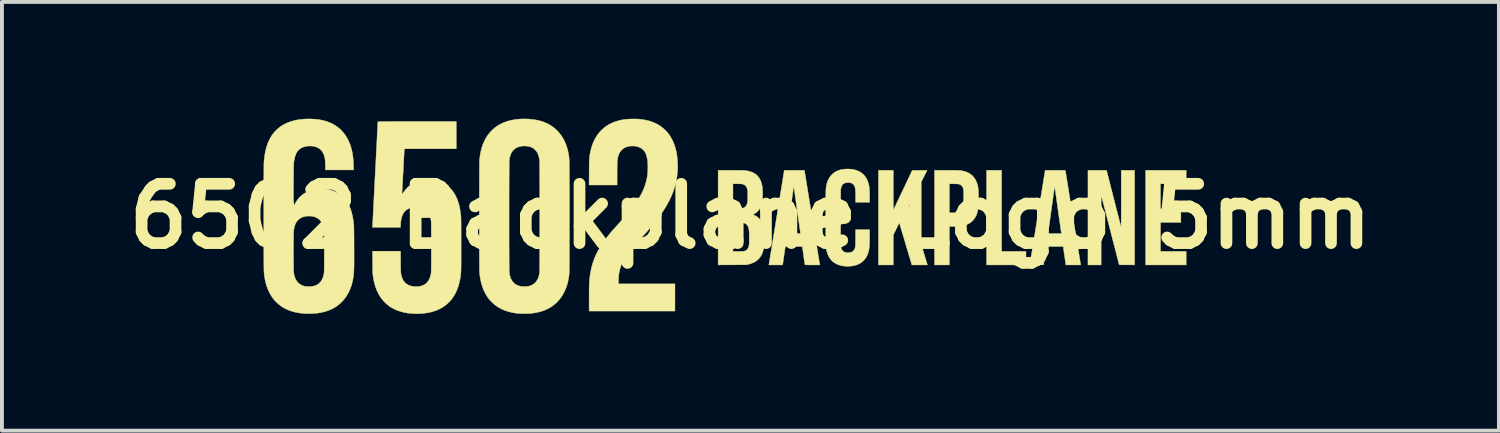
<source format=kicad_pcb>
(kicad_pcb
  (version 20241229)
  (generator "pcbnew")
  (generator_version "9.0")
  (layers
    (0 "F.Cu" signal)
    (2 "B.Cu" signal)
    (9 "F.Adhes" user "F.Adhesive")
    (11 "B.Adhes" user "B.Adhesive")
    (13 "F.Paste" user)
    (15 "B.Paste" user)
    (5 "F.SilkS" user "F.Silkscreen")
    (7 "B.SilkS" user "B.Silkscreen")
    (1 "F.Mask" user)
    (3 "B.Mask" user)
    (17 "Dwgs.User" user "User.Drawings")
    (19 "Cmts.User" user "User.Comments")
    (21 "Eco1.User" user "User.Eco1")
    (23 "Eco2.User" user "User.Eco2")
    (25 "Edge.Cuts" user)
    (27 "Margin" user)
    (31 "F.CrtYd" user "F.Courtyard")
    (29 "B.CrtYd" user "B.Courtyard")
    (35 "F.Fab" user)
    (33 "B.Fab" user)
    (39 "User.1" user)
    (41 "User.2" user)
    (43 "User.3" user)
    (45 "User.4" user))
  (footprint "6502 Backplane Logo 5mm"
    (layer "F.Cu")
    (at 16.227 2.506)
    (property "Reference" "6502 Backplane Logo 5mm" (at 0 0 0) (layer "F.SilkS") (effects (font (size 1.524 1.524) (thickness 0.3))))
    (attr through_hole)
    (fp_poly (pts (xy 6.452 0.902) (xy 7.078 0.902) (xy 7.078 1.249) (xy 6.066 1.249) (xy 6.066 -1.181) (xy 6.452 -1.181) (xy 6.452 0.902)) (stroke (width 0.01) (type solid)) (fill yes) (layer "F.SilkS"))
    (fp_poly (pts (xy 11.193 -0.834) (xy 10.533 -0.834) (xy 10.533 -0.191) (xy 11.057 -0.191) (xy 11.057 0.157) (xy 10.533 0.157) (xy 10.533 0.902) (xy 11.193 0.902) (xy 11.193 1.249) (xy 10.152 1.249) (xy 10.152 -1.181) (xy 11.193 -1.181) (xy 11.193 -0.834)) (stroke (width 0.01) (type solid)) (fill yes) (layer "F.SilkS"))
    (fp_poly (pts (xy 3.67 -0.67) (xy 3.67 -0.59) (xy 3.671 -0.518) (xy 3.671 -0.454) (xy 3.671 -0.397) (xy 3.671 -0.348) (xy 3.671 -0.305) (xy 3.672 -0.269) (xy 3.672 -0.239) (xy 3.672 -0.214) (xy 3.673 -0.195) (xy 3.673 -0.182) (xy 3.674 -0.172) (xy 3.675 -0.168) (xy 3.676 -0.167) (xy 3.676 -0.167) (xy 3.678 -0.172) (xy 3.684 -0.184) (xy 3.693 -0.203) (xy 3.705 -0.228) (xy 3.719 -0.259) (xy 3.737 -0.295) (xy 3.756 -0.336) (xy 3.778 -0.381) (xy 3.801 -0.431) (xy 3.827 -0.484) (xy 3.853 -0.54) (xy 3.881 -0.599) (xy 3.91 -0.66) (xy 3.918 -0.677) (xy 4.156 -1.179) (xy 4.348 -1.18) (xy 4.387 -1.18) (xy 4.423 -1.18) (xy 4.456 -1.18) (xy 4.485 -1.18) (xy 4.508 -1.179) (xy 4.525 -1.179) (xy 4.535 -1.178) (xy 4.537 -1.178) (xy 4.535 -1.173) (xy 4.53 -1.162) (xy 4.521 -1.144) (xy 4.508 -1.12) (xy 4.493 -1.091) (xy 4.476 -1.056) (xy 4.456 -1.016) (xy 4.433 -0.973) (xy 4.409 -0.925) (xy 4.383 -0.874) (xy 4.356 -0.821) (xy 4.327 -0.764) (xy 4.31 -0.731) (xy 4.085 -0.288) (xy 4.312 0.469) (xy 4.335 0.547) (xy 4.358 0.622) (xy 4.38 0.696) (xy 4.401 0.766) (xy 4.421 0.833) (xy 4.44 0.897) (xy 4.458 0.956) (xy 4.474 1.011) (xy 4.489 1.061) (xy 4.502 1.105) (xy 4.514 1.144) (xy 4.524 1.176) (xy 4.532 1.202) (xy 4.538 1.222) (xy 4.541 1.233) (xy 4.542 1.237) (xy 4.546 1.249) (xy 4.147 1.249) (xy 3.994 0.738) (xy 3.975 0.673) (xy 3.957 0.611) (xy 3.939 0.551) (xy 3.922 0.494) (xy 3.906 0.44) (xy 3.891 0.39) (xy 3.877 0.345) (xy 3.865 0.305) (xy 3.855 0.27) (xy 3.846 0.241) (xy 3.84 0.219) (xy 3.835 0.204) (xy 3.833 0.197) (xy 3.824 0.167) (xy 3.67 0.48) (xy 3.67 1.249) (xy 3.289 1.249) (xy 3.289 -1.181) (xy 3.67 -1.181) (xy 3.67 -0.67)) (stroke (width 0.01) (type solid)) (fill yes) (layer "F.SilkS"))
    (fp_poly (pts (xy 9.152 -1.165) (xy 9.154 -1.159) (xy 9.157 -1.146) (xy 9.162 -1.125) (xy 9.169 -1.097) (xy 9.178 -1.063) (xy 9.188 -1.023) (xy 9.2 -0.977) (xy 9.213 -0.926) (xy 9.227 -0.87) (xy 9.243 -0.81) (xy 9.259 -0.745) (xy 9.276 -0.678) (xy 9.294 -0.607) (xy 9.313 -0.534) (xy 9.332 -0.458) (xy 9.337 -0.44) (xy 9.356 -0.365) (xy 9.375 -0.291) (xy 9.393 -0.22) (xy 9.41 -0.152) (xy 9.427 -0.088) (xy 9.442 -0.028) (xy 9.457 0.029) (xy 9.47 0.08) (xy 9.482 0.126) (xy 9.493 0.167) (xy 9.502 0.202) (xy 9.509 0.23) (xy 9.515 0.252) (xy 9.519 0.266) (xy 9.521 0.272) (xy 9.521 0.273) (xy 9.522 0.269) (xy 9.522 0.257) (xy 9.522 0.238) (xy 9.523 0.211) (xy 9.523 0.176) (xy 9.524 0.135) (xy 9.524 0.088) (xy 9.524 0.034) (xy 9.524 -0.025) (xy 9.525 -0.09) (xy 9.525 -0.16) (xy 9.525 -0.235) (xy 9.525 -0.314) (xy 9.525 -0.397) (xy 9.525 -0.452) (xy 9.525 -1.181) (xy 9.868 -1.181) (xy 9.868 1.249) (xy 9.67 1.248) (xy 9.473 1.247) (xy 9.282 0.506) (xy 9.261 0.426) (xy 9.241 0.347) (xy 9.221 0.269) (xy 9.201 0.193) (xy 9.182 0.12) (xy 9.164 0.049) (xy 9.146 -0.019) (xy 9.13 -0.082) (xy 9.115 -0.142) (xy 9.101 -0.196) (xy 9.088 -0.245) (xy 9.077 -0.288) (xy 9.067 -0.324) (xy 9.06 -0.353) (xy 9.054 -0.375) (xy 9.053 -0.38) (xy 9.044 -0.414) (xy 9.036 -0.444) (xy 9.029 -0.472) (xy 9.022 -0.494) (xy 9.017 -0.511) (xy 9.014 -0.522) (xy 9.012 -0.525) (xy 9.012 -0.521) (xy 9.011 -0.509) (xy 9.011 -0.489) (xy 9.011 -0.461) (xy 9.01 -0.427) (xy 9.01 -0.387) (xy 9.01 -0.34) (xy 9.01 -0.287) (xy 9.009 -0.23) (xy 9.009 -0.167) (xy 9.009 -0.1) (xy 9.009 -0.028) (xy 9.009 0.047) (xy 9.009 0.126) (xy 9.009 0.207) (xy 9.009 0.291) (xy 9.009 0.362) (xy 9.009 1.249) (xy 8.67 1.249) (xy 8.67 -1.181) (xy 9.148 -1.181) (xy 9.152 -1.165)) (stroke (width 0.01) (type solid)) (fill yes) (layer "F.SilkS"))
    (fp_poly (pts (xy 5.101 -1.181) (xy 5.158 -1.181) (xy 5.208 -1.181) (xy 5.251 -1.18) (xy 5.289 -1.18) (xy 5.321 -1.179) (xy 5.349 -1.178) (xy 5.374 -1.176) (xy 5.395 -1.175) (xy 5.414 -1.173) (xy 5.431 -1.17) (xy 5.447 -1.167) (xy 5.463 -1.164) (xy 5.479 -1.16) (xy 5.489 -1.158) (xy 5.551 -1.137) (xy 5.608 -1.111) (xy 5.659 -1.078) (xy 5.705 -1.039) (xy 5.745 -0.993) (xy 5.779 -0.942) (xy 5.807 -0.884) (xy 5.82 -0.848) (xy 5.829 -0.822) (xy 5.836 -0.795) (xy 5.842 -0.769) (xy 5.847 -0.74) (xy 5.851 -0.71) (xy 5.854 -0.676) (xy 5.856 -0.638) (xy 5.858 -0.595) (xy 5.858 -0.546) (xy 5.859 -0.489) (xy 5.859 -0.459) (xy 5.859 -0.409) (xy 5.859 -0.365) (xy 5.858 -0.329) (xy 5.857 -0.298) (xy 5.856 -0.272) (xy 5.855 -0.25) (xy 5.853 -0.231) (xy 5.852 -0.225) (xy 5.84 -0.151) (xy 5.823 -0.083) (xy 5.799 -0.02) (xy 5.77 0.035) (xy 5.735 0.085) (xy 5.694 0.129) (xy 5.647 0.166) (xy 5.595 0.197) (xy 5.537 0.222) (xy 5.473 0.24) (xy 5.45 0.245) (xy 5.417 0.251) (xy 5.377 0.255) (xy 5.331 0.258) (xy 5.281 0.261) (xy 5.226 0.262) (xy 5.189 0.262) (xy 5.11 0.262) (xy 5.11 1.249) (xy 4.729 1.249) (xy 4.729 -0.089) (xy 5.11 -0.089) (xy 5.221 -0.089) (xy 5.261 -0.089) (xy 5.293 -0.09) (xy 5.318 -0.091) (xy 5.337 -0.092) (xy 5.35 -0.094) (xy 5.353 -0.095) (xy 5.38 -0.104) (xy 5.403 -0.116) (xy 5.422 -0.133) (xy 5.437 -0.148) (xy 5.448 -0.165) (xy 5.457 -0.186) (xy 5.465 -0.213) (xy 5.466 -0.215) (xy 5.468 -0.224) (xy 5.47 -0.232) (xy 5.472 -0.242) (xy 5.473 -0.254) (xy 5.474 -0.268) (xy 5.475 -0.287) (xy 5.475 -0.31) (xy 5.476 -0.338) (xy 5.476 -0.373) (xy 5.477 -0.416) (xy 5.477 -0.425) (xy 5.477 -0.481) (xy 5.477 -0.53) (xy 5.477 -0.572) (xy 5.476 -0.607) (xy 5.475 -0.638) (xy 5.473 -0.663) (xy 5.47 -0.685) (xy 5.467 -0.703) (xy 5.463 -0.719) (xy 5.461 -0.725) (xy 5.446 -0.759) (xy 5.424 -0.786) (xy 5.397 -0.808) (xy 5.365 -0.823) (xy 5.362 -0.824) (xy 5.353 -0.826) (xy 5.342 -0.828) (xy 5.327 -0.83) (xy 5.308 -0.831) (xy 5.282 -0.832) (xy 5.25 -0.832) (xy 5.225 -0.833) (xy 5.11 -0.835) (xy 5.11 -0.089) (xy 4.729 -0.089) (xy 4.729 -1.181) (xy 5.037 -1.181) (xy 5.101 -1.181)) (stroke (width 0.01) (type solid)) (fill yes) (layer "F.SilkS"))
    (fp_poly (pts (xy 1.583 0.024) (xy 1.599 0.124) (xy 1.615 0.222) (xy 1.63 0.317) (xy 1.645 0.41) (xy 1.66 0.499) (xy 1.674 0.585) (xy 1.687 0.667) (xy 1.7 0.746) (xy 1.712 0.819) (xy 1.723 0.888) (xy 1.734 0.952) (xy 1.743 1.01) (xy 1.752 1.062) (xy 1.759 1.109) (xy 1.766 1.148) (xy 1.771 1.181) (xy 1.776 1.207) (xy 1.779 1.226) (xy 1.78 1.237) (xy 1.781 1.239) (xy 1.783 1.249) (xy 1.592 1.249) (xy 1.547 1.249) (xy 1.51 1.249) (xy 1.479 1.249) (xy 1.455 1.248) (xy 1.436 1.248) (xy 1.422 1.247) (xy 1.413 1.247) (xy 1.406 1.246) (xy 1.402 1.244) (xy 1.4 1.243) (xy 1.4 1.241) (xy 1.399 1.236) (xy 1.397 1.223) (xy 1.394 1.203) (xy 1.39 1.177) (xy 1.385 1.146) (xy 1.38 1.11) (xy 1.374 1.071) (xy 1.368 1.029) (xy 1.365 1.004) (xy 1.332 0.775) (xy 0.898 0.775) (xy 0.896 0.784) (xy 0.895 0.79) (xy 0.893 0.804) (xy 0.89 0.824) (xy 0.886 0.85) (xy 0.881 0.881) (xy 0.876 0.917) (xy 0.87 0.956) (xy 0.864 0.999) (xy 0.861 1.021) (xy 0.828 1.249) (xy 0.473 1.249) (xy 0.476 1.235) (xy 0.477 1.229) (xy 0.479 1.215) (xy 0.483 1.193) (xy 0.487 1.165) (xy 0.493 1.129) (xy 0.5 1.088) (xy 0.508 1.041) (xy 0.516 0.988) (xy 0.526 0.93) (xy 0.536 0.868) (xy 0.547 0.801) (xy 0.558 0.73) (xy 0.57 0.656) (xy 0.583 0.579) (xy 0.596 0.5) (xy 0.606 0.437) (xy 0.944 0.437) (xy 0.945 0.439) (xy 0.946 0.44) (xy 0.95 0.442) (xy 0.957 0.443) (xy 0.968 0.443) (xy 0.983 0.444) (xy 1.003 0.444) (xy 1.029 0.444) (xy 1.062 0.444) (xy 1.102 0.444) (xy 1.116 0.445) (xy 1.158 0.444) (xy 1.193 0.444) (xy 1.221 0.444) (xy 1.243 0.444) (xy 1.259 0.444) (xy 1.271 0.443) (xy 1.279 0.442) (xy 1.283 0.441) (xy 1.285 0.44) (xy 1.286 0.438) (xy 1.285 0.437) (xy 1.285 0.432) (xy 1.283 0.419) (xy 1.28 0.399) (xy 1.276 0.372) (xy 1.271 0.338) (xy 1.265 0.298) (xy 1.259 0.253) (xy 1.252 0.203) (xy 1.244 0.148) (xy 1.235 0.089) (xy 1.227 0.027) (xy 1.217 -0.039) (xy 1.208 -0.107) (xy 1.2 -0.163) (xy 1.19 -0.233) (xy 1.18 -0.3) (xy 1.171 -0.365) (xy 1.163 -0.426) (xy 1.154 -0.484) (xy 1.147 -0.538) (xy 1.14 -0.586) (xy 1.134 -0.63) (xy 1.128 -0.668) (xy 1.123 -0.7) (xy 1.12 -0.725) (xy 1.117 -0.744) (xy 1.115 -0.755) (xy 1.115 -0.757) (xy 1.111 -0.757) (xy 1.111 -0.757) (xy 1.11 -0.752) (xy 1.108 -0.74) (xy 1.105 -0.721) (xy 1.101 -0.695) (xy 1.097 -0.663) (xy 1.091 -0.625) (xy 1.085 -0.582) (xy 1.079 -0.535) (xy 1.071 -0.485) (xy 1.064 -0.431) (xy 1.056 -0.374) (xy 1.048 -0.316) (xy 1.039 -0.255) (xy 1.031 -0.194) (xy 1.022 -0.133) (xy 1.014 -0.072) (xy 1.005 -0.012) (xy 0.997 0.047) (xy 0.989 0.104) (xy 0.982 0.158) (xy 0.975 0.209) (xy 0.968 0.257) (xy 0.962 0.3) (xy 0.957 0.338) (xy 0.953 0.371) (xy 0.949 0.398) (xy 0.946 0.419) (xy 0.945 0.432) (xy 0.944 0.437) (xy 0.606 0.437) (xy 0.609 0.418) (xy 0.623 0.334) (xy 0.637 0.249) (xy 0.651 0.163) (xy 0.665 0.076) (xy 0.679 -0.011) (xy 0.693 -0.098) (xy 0.707 -0.184) (xy 0.721 -0.269) (xy 0.734 -0.353) (xy 0.748 -0.435) (xy 0.761 -0.515) (xy 0.773 -0.592) (xy 0.785 -0.667) (xy 0.797 -0.737) (xy 0.808 -0.805) (xy 0.818 -0.867) (xy 0.827 -0.926) (xy 0.836 -0.979) (xy 0.844 -1.026) (xy 0.85 -1.068) (xy 0.856 -1.104) (xy 0.861 -1.133) (xy 0.864 -1.155) (xy 0.867 -1.17) (xy 0.868 -1.177) (xy 0.868 -1.177) (xy 0.872 -1.178) (xy 0.884 -1.179) (xy 0.904 -1.179) (xy 0.931 -1.18) (xy 0.966 -1.18) (xy 1.006 -1.181) (xy 1.053 -1.181) (xy 1.106 -1.181) (xy 1.127 -1.181) (xy 1.387 -1.181) (xy 1.583 0.024)) (stroke (width 0.01) (type solid)) (fill yes) (layer "F.SilkS"))
    (fp_poly (pts (xy 2.574 -1.212) (xy 2.645 -1.202) (xy 2.71 -1.186) (xy 2.77 -1.163) (xy 2.825 -1.134) (xy 2.874 -1.099) (xy 2.918 -1.058) (xy 2.955 -1.01) (xy 2.961 -1.002) (xy 2.977 -0.976) (xy 2.99 -0.954) (xy 3 -0.932) (xy 3.01 -0.907) (xy 3.021 -0.878) (xy 3.022 -0.874) (xy 3.031 -0.845) (xy 3.038 -0.817) (xy 3.045 -0.789) (xy 3.05 -0.76) (xy 3.053 -0.728) (xy 3.056 -0.693) (xy 3.058 -0.653) (xy 3.06 -0.608) (xy 3.061 -0.556) (xy 3.061 -0.507) (xy 3.061 -0.36) (xy 2.701 -0.36) (xy 2.701 -0.498) (xy 2.701 -0.55) (xy 2.7 -0.593) (xy 2.699 -0.63) (xy 2.697 -0.661) (xy 2.695 -0.687) (xy 2.693 -0.709) (xy 2.689 -0.728) (xy 2.685 -0.744) (xy 2.683 -0.75) (xy 2.668 -0.786) (xy 2.647 -0.815) (xy 2.621 -0.838) (xy 2.589 -0.855) (xy 2.579 -0.858) (xy 2.557 -0.863) (xy 2.531 -0.865) (xy 2.502 -0.866) (xy 2.474 -0.864) (xy 2.449 -0.861) (xy 2.438 -0.858) (xy 2.405 -0.844) (xy 2.377 -0.824) (xy 2.355 -0.797) (xy 2.338 -0.763) (xy 2.326 -0.723) (xy 2.32 -0.68) (xy 2.319 -0.67) (xy 2.319 -0.652) (xy 2.318 -0.627) (xy 2.318 -0.596) (xy 2.318 -0.558) (xy 2.317 -0.514) (xy 2.317 -0.466) (xy 2.317 -0.412) (xy 2.317 -0.355) (xy 2.316 -0.295) (xy 2.316 -0.232) (xy 2.316 -0.166) (xy 2.316 -0.099) (xy 2.316 -0.031) (xy 2.316 0.038) (xy 2.316 0.107) (xy 2.316 0.175) (xy 2.316 0.242) (xy 2.316 0.308) (xy 2.316 0.371) (xy 2.317 0.431) (xy 2.317 0.488) (xy 2.317 0.541) (xy 2.317 0.589) (xy 2.318 0.632) (xy 2.318 0.67) (xy 2.318 0.701) (xy 2.319 0.726) (xy 2.319 0.743) (xy 2.32 0.752) (xy 2.324 0.783) (xy 2.331 0.813) (xy 2.339 0.839) (xy 2.349 0.859) (xy 2.349 0.859) (xy 2.361 0.876) (xy 2.378 0.894) (xy 2.396 0.908) (xy 2.409 0.916) (xy 2.438 0.928) (xy 2.472 0.935) (xy 2.508 0.936) (xy 2.551 0.933) (xy 2.588 0.924) (xy 2.62 0.909) (xy 2.646 0.887) (xy 2.666 0.859) (xy 2.674 0.845) (xy 2.679 0.833) (xy 2.683 0.823) (xy 2.687 0.812) (xy 2.69 0.801) (xy 2.692 0.787) (xy 2.694 0.772) (xy 2.696 0.753) (xy 2.697 0.73) (xy 2.698 0.702) (xy 2.698 0.668) (xy 2.699 0.628) (xy 2.699 0.58) (xy 2.7 0.556) (xy 2.702 0.343) (xy 3.061 0.343) (xy 3.061 0.532) (xy 3.061 0.595) (xy 3.06 0.649) (xy 3.059 0.697) (xy 3.057 0.739) (xy 3.055 0.776) (xy 3.052 0.809) (xy 3.048 0.838) (xy 3.044 0.865) (xy 3.038 0.89) (xy 3.032 0.915) (xy 3.024 0.938) (xy 3 1.001) (xy 2.97 1.058) (xy 2.934 1.108) (xy 2.892 1.152) (xy 2.845 1.19) (xy 2.792 1.222) (xy 2.734 1.247) (xy 2.67 1.266) (xy 2.601 1.278) (xy 2.559 1.282) (xy 2.535 1.284) (xy 2.516 1.285) (xy 2.501 1.286) (xy 2.487 1.286) (xy 2.471 1.285) (xy 2.452 1.284) (xy 2.428 1.282) (xy 2.357 1.273) (xy 2.291 1.257) (xy 2.23 1.235) (xy 2.175 1.206) (xy 2.125 1.171) (xy 2.081 1.13) (xy 2.043 1.082) (xy 2.01 1.029) (xy 1.983 0.969) (xy 1.962 0.904) (xy 1.947 0.833) (xy 1.939 0.768) (xy 1.938 0.757) (xy 1.938 0.738) (xy 1.937 0.711) (xy 1.937 0.678) (xy 1.937 0.639) (xy 1.936 0.594) (xy 1.936 0.543) (xy 1.935 0.489) (xy 1.935 0.43) (xy 1.935 0.368) (xy 1.935 0.304) (xy 1.935 0.237) (xy 1.935 0.168) (xy 1.935 0.098) (xy 1.935 0.028) (xy 1.935 -0.042) (xy 1.935 -0.111) (xy 1.935 -0.179) (xy 1.935 -0.246) (xy 1.935 -0.31) (xy 1.935 -0.371) (xy 1.936 -0.429) (xy 1.936 -0.483) (xy 1.936 -0.532) (xy 1.937 -0.576) (xy 1.937 -0.614) (xy 1.938 -0.646) (xy 1.938 -0.671) (xy 1.939 -0.689) (xy 1.939 -0.697) (xy 1.949 -0.773) (xy 1.964 -0.843) (xy 1.985 -0.907) (xy 2.013 -0.965) (xy 2.046 -1.018) (xy 2.086 -1.065) (xy 2.111 -1.089) (xy 2.158 -1.126) (xy 2.209 -1.156) (xy 2.265 -1.18) (xy 2.326 -1.197) (xy 2.392 -1.209) (xy 2.464 -1.214) (xy 2.498 -1.215) (xy 2.574 -1.212)) (stroke (width 0.01) (type solid)) (fill yes) (layer "F.SilkS"))
    (fp_poly (pts (xy 7.886 -1.181) (xy 7.935 -1.181) (xy 7.978 -1.181) (xy 8.015 -1.18) (xy 8.045 -1.18) (xy 8.067 -1.179) (xy 8.082 -1.178) (xy 8.089 -1.177) (xy 8.09 -1.177) (xy 8.091 -1.173) (xy 8.093 -1.16) (xy 8.096 -1.14) (xy 8.1 -1.113) (xy 8.106 -1.08) (xy 8.112 -1.039) (xy 8.119 -0.993) (xy 8.128 -0.942) (xy 8.137 -0.885) (xy 8.147 -0.824) (xy 8.158 -0.758) (xy 8.169 -0.688) (xy 8.181 -0.615) (xy 8.193 -0.538) (xy 8.206 -0.459) (xy 8.219 -0.378) (xy 8.233 -0.294) (xy 8.247 -0.21) (xy 8.261 -0.124) (xy 8.275 -0.037) (xy 8.289 0.05) (xy 8.303 0.137) (xy 8.317 0.223) (xy 8.331 0.309) (xy 8.345 0.393) (xy 8.358 0.476) (xy 8.371 0.556) (xy 8.384 0.634) (xy 8.396 0.709) (xy 8.408 0.78) (xy 8.419 0.848) (xy 8.429 0.912) (xy 8.439 0.971) (xy 8.448 1.026) (xy 8.456 1.075) (xy 8.463 1.118) (xy 8.469 1.155) (xy 8.474 1.186) (xy 8.478 1.209) (xy 8.48 1.226) (xy 8.482 1.234) (xy 8.482 1.235) (xy 8.485 1.249) (xy 8.103 1.249) (xy 8.101 1.237) (xy 8.1 1.231) (xy 8.098 1.217) (xy 8.095 1.197) (xy 8.091 1.172) (xy 8.087 1.142) (xy 8.082 1.109) (xy 8.077 1.073) (xy 8.071 1.036) (xy 8.066 0.998) (xy 8.06 0.96) (xy 8.055 0.923) (xy 8.05 0.888) (xy 8.046 0.857) (xy 8.042 0.83) (xy 8.039 0.807) (xy 8.036 0.791) (xy 8.035 0.781) (xy 8.035 0.779) (xy 8.031 0.778) (xy 8.019 0.777) (xy 7.999 0.776) (xy 7.972 0.776) (xy 7.939 0.775) (xy 7.9 0.775) (xy 7.855 0.775) (xy 7.817 0.775) (xy 7.6 0.775) (xy 7.597 0.788) (xy 7.596 0.796) (xy 7.594 0.81) (xy 7.591 0.831) (xy 7.587 0.857) (xy 7.582 0.887) (xy 7.578 0.921) (xy 7.572 0.957) (xy 7.567 0.994) (xy 7.561 1.033) (xy 7.556 1.07) (xy 7.551 1.106) (xy 7.546 1.14) (xy 7.541 1.171) (xy 7.537 1.198) (xy 7.534 1.219) (xy 7.532 1.235) (xy 7.531 1.243) (xy 7.531 1.244) (xy 7.528 1.246) (xy 7.517 1.247) (xy 7.499 1.247) (xy 7.474 1.248) (xy 7.441 1.248) (xy 7.4 1.249) (xy 7.353 1.249) (xy 7.175 1.249) (xy 7.177 1.239) (xy 7.178 1.234) (xy 7.18 1.221) (xy 7.183 1.201) (xy 7.188 1.173) (xy 7.194 1.138) (xy 7.2 1.096) (xy 7.208 1.048) (xy 7.217 0.994) (xy 7.227 0.934) (xy 7.238 0.869) (xy 7.249 0.799) (xy 7.261 0.724) (xy 7.274 0.645) (xy 7.288 0.561) (xy 7.302 0.474) (xy 7.308 0.439) (xy 7.645 0.439) (xy 7.647 0.441) (xy 7.653 0.442) (xy 7.663 0.443) (xy 7.678 0.443) (xy 7.699 0.444) (xy 7.726 0.444) (xy 7.761 0.444) (xy 7.802 0.444) (xy 7.817 0.445) (xy 7.989 0.445) (xy 7.987 0.433) (xy 7.986 0.427) (xy 7.984 0.414) (xy 7.981 0.393) (xy 7.977 0.365) (xy 7.972 0.331) (xy 7.966 0.291) (xy 7.96 0.245) (xy 7.952 0.195) (xy 7.945 0.14) (xy 7.936 0.081) (xy 7.927 0.018) (xy 7.918 -0.048) (xy 7.908 -0.116) (xy 7.901 -0.167) (xy 7.891 -0.237) (xy 7.882 -0.304) (xy 7.873 -0.368) (xy 7.864 -0.43) (xy 7.856 -0.487) (xy 7.848 -0.54) (xy 7.841 -0.589) (xy 7.835 -0.632) (xy 7.829 -0.67) (xy 7.825 -0.702) (xy 7.821 -0.727) (xy 7.819 -0.744) (xy 7.817 -0.755) (xy 7.816 -0.757) (xy 7.813 -0.757) (xy 7.813 -0.757) (xy 7.812 -0.753) (xy 7.81 -0.741) (xy 7.807 -0.721) (xy 7.803 -0.695) (xy 7.799 -0.663) (xy 7.793 -0.626) (xy 7.787 -0.583) (xy 7.781 -0.536) (xy 7.774 -0.485) (xy 7.766 -0.431) (xy 7.758 -0.375) (xy 7.75 -0.316) (xy 7.741 -0.256) (xy 7.733 -0.195) (xy 7.724 -0.134) (xy 7.716 -0.073) (xy 7.707 -0.012) (xy 7.699 0.047) (xy 7.691 0.104) (xy 7.684 0.158) (xy 7.677 0.209) (xy 7.67 0.257) (xy 7.664 0.3) (xy 7.659 0.339) (xy 7.654 0.372) (xy 7.651 0.399) (xy 7.648 0.42) (xy 7.646 0.433) (xy 7.645 0.439) (xy 7.645 0.439) (xy 7.308 0.439) (xy 7.317 0.384) (xy 7.332 0.291) (xy 7.347 0.195) (xy 7.363 0.096) (xy 7.375 0.024) (xy 7.571 -1.181) (xy 7.83 -1.181) (xy 7.886 -1.181)) (stroke (width 0.01) (type solid)) (fill yes) (layer "F.SilkS"))
    (fp_poly (pts (xy -0.445 -1.181) (xy -0.387 -1.181) (xy -0.336 -1.181) (xy -0.291 -1.18) (xy -0.252 -1.18) (xy -0.218 -1.179) (xy -0.189 -1.178) (xy -0.163 -1.177) (xy -0.141 -1.175) (xy -0.121 -1.173) (xy -0.103 -1.171) (xy -0.086 -1.168) (xy -0.069 -1.165) (xy -0.052 -1.161) (xy -0.04 -1.158) (xy 0.021 -1.14) (xy 0.076 -1.117) (xy 0.125 -1.088) (xy 0.168 -1.053) (xy 0.205 -1.012) (xy 0.236 -0.966) (xy 0.263 -0.913) (xy 0.284 -0.853) (xy 0.3 -0.787) (xy 0.3 -0.785) (xy 0.305 -0.756) (xy 0.308 -0.719) (xy 0.311 -0.678) (xy 0.312 -0.633) (xy 0.313 -0.586) (xy 0.313 -0.538) (xy 0.312 -0.492) (xy 0.309 -0.449) (xy 0.306 -0.411) (xy 0.302 -0.378) (xy 0.301 -0.373) (xy 0.287 -0.31) (xy 0.268 -0.255) (xy 0.245 -0.206) (xy 0.23 -0.181) (xy 0.205 -0.15) (xy 0.176 -0.119) (xy 0.143 -0.092) (xy 0.109 -0.069) (xy 0.086 -0.058) (xy 0.075 -0.052) (xy 0.069 -0.048) (xy 0.068 -0.046) (xy 0.071 -0.043) (xy 0.081 -0.037) (xy 0.095 -0.03) (xy 0.108 -0.024) (xy 0.154 0.001) (xy 0.192 0.027) (xy 0.222 0.056) (xy 0.257 0.099) (xy 0.287 0.148) (xy 0.311 0.203) (xy 0.329 0.265) (xy 0.342 0.333) (xy 0.345 0.356) (xy 0.347 0.378) (xy 0.349 0.407) (xy 0.35 0.442) (xy 0.351 0.481) (xy 0.351 0.523) (xy 0.352 0.566) (xy 0.352 0.609) (xy 0.351 0.651) (xy 0.35 0.69) (xy 0.349 0.725) (xy 0.347 0.755) (xy 0.345 0.778) (xy 0.345 0.782) (xy 0.333 0.853) (xy 0.315 0.919) (xy 0.291 0.978) (xy 0.261 1.032) (xy 0.225 1.08) (xy 0.183 1.122) (xy 0.135 1.158) (xy 0.081 1.188) (xy 0.02 1.213) (xy -0.047 1.233) (xy -0.067 1.237) (xy -0.075 1.239) (xy -0.083 1.24) (xy -0.091 1.241) (xy -0.1 1.243) (xy -0.11 1.243) (xy -0.123 1.244) (xy -0.138 1.245) (xy -0.156 1.246) (xy -0.178 1.246) (xy -0.205 1.246) (xy -0.237 1.247) (xy -0.274 1.247) (xy -0.317 1.247) (xy -0.368 1.247) (xy -0.426 1.248) (xy -0.471 1.248) (xy -0.83 1.249) (xy -0.83 0.157) (xy -0.449 0.157) (xy -0.449 0.902) (xy -0.316 0.902) (xy -0.278 0.902) (xy -0.248 0.901) (xy -0.223 0.901) (xy -0.204 0.9) (xy -0.189 0.9) (xy -0.177 0.898) (xy -0.167 0.897) (xy -0.158 0.894) (xy -0.155 0.894) (xy -0.123 0.882) (xy -0.096 0.864) (xy -0.074 0.842) (xy -0.057 0.813) (xy -0.044 0.778) (xy -0.036 0.736) (xy -0.034 0.719) (xy -0.033 0.7) (xy -0.031 0.674) (xy -0.031 0.642) (xy -0.03 0.606) (xy -0.03 0.568) (xy -0.03 0.53) (xy -0.03 0.492) (xy -0.031 0.456) (xy -0.032 0.425) (xy -0.033 0.399) (xy -0.034 0.387) (xy -0.04 0.338) (xy -0.049 0.297) (xy -0.062 0.262) (xy -0.079 0.232) (xy -0.1 0.209) (xy -0.126 0.19) (xy -0.14 0.183) (xy -0.158 0.175) (xy -0.177 0.169) (xy -0.199 0.164) (xy -0.224 0.161) (xy -0.253 0.159) (xy -0.289 0.157) (xy -0.331 0.157) (xy -0.346 0.157) (xy -0.449 0.157) (xy -0.83 0.157) (xy -0.83 -0.515) (xy -0.449 -0.515) (xy -0.449 -0.464) (xy -0.449 -0.415) (xy -0.448 -0.369) (xy -0.448 -0.328) (xy -0.448 -0.29) (xy -0.447 -0.258) (xy -0.447 -0.231) (xy -0.447 -0.211) (xy -0.446 -0.198) (xy -0.446 -0.193) (xy -0.446 -0.193) (xy -0.441 -0.192) (xy -0.428 -0.191) (xy -0.41 -0.191) (xy -0.387 -0.191) (xy -0.36 -0.191) (xy -0.341 -0.192) (xy -0.306 -0.193) (xy -0.279 -0.194) (xy -0.258 -0.195) (xy -0.241 -0.196) (xy -0.228 -0.198) (xy -0.217 -0.201) (xy -0.211 -0.202) (xy -0.174 -0.216) (xy -0.143 -0.236) (xy -0.117 -0.262) (xy -0.097 -0.294) (xy -0.082 -0.333) (xy -0.078 -0.349) (xy -0.075 -0.364) (xy -0.073 -0.386) (xy -0.072 -0.414) (xy -0.07 -0.446) (xy -0.07 -0.48) (xy -0.07 -0.517) (xy -0.07 -0.553) (xy -0.07 -0.588) (xy -0.072 -0.62) (xy -0.073 -0.647) (xy -0.075 -0.67) (xy -0.077 -0.683) (xy -0.089 -0.725) (xy -0.106 -0.759) (xy -0.128 -0.787) (xy -0.155 -0.808) (xy -0.187 -0.822) (xy -0.218 -0.83) (xy -0.231 -0.831) (xy -0.251 -0.832) (xy -0.275 -0.833) (xy -0.304 -0.833) (xy -0.334 -0.834) (xy -0.348 -0.834) (xy -0.449 -0.834) (xy -0.449 -0.515) (xy -0.83 -0.515) (xy -0.83 -1.181) (xy -0.511 -1.181) (xy -0.445 -1.181)) (stroke (width 0.01) (type solid)) (fill yes) (layer "F.SilkS"))
    (fp_poly (pts (xy -2.942 -2.499) (xy -2.898 -2.498) (xy -2.858 -2.496) (xy -2.825 -2.493) (xy -2.819 -2.492) (xy -2.721 -2.477) (xy -2.628 -2.457) (xy -2.542 -2.431) (xy -2.461 -2.399) (xy -2.385 -2.362) (xy -2.315 -2.318) (xy -2.249 -2.268) (xy -2.187 -2.213) (xy -2.182 -2.208) (xy -2.125 -2.145) (xy -2.073 -2.075) (xy -2.027 -1.999) (xy -1.987 -1.918) (xy -1.952 -1.831) (xy -1.924 -1.739) (xy -1.901 -1.643) (xy -1.891 -1.581) (xy -1.877 -1.472) (xy -1.87 -1.36) (xy -1.869 -1.247) (xy -1.875 -1.136) (xy -1.886 -1.029) (xy -1.888 -1.012) (xy -1.907 -0.909) (xy -1.93 -0.808) (xy -1.959 -0.708) (xy -1.994 -0.608) (xy -2.035 -0.508) (xy -2.083 -0.408) (xy -2.137 -0.307) (xy -2.197 -0.205) (xy -2.265 -0.102) (xy -2.339 0.004) (xy -2.421 0.112) (xy -2.51 0.222) (xy -2.549 0.269) (xy -2.59 0.316) (xy -2.634 0.366) (xy -2.681 0.419) (xy -2.733 0.476) (xy -2.783 0.531) (xy -2.821 0.572) (xy -2.854 0.608) (xy -2.883 0.64) (xy -2.908 0.667) (xy -2.93 0.692) (xy -2.951 0.715) (xy -2.969 0.736) (xy -2.987 0.757) (xy -3.006 0.779) (xy -3.024 0.8) (xy -3.083 0.872) (xy -3.135 0.94) (xy -3.181 1.005) (xy -3.222 1.066) (xy -3.257 1.126) (xy -3.287 1.184) (xy -3.312 1.241) (xy -3.334 1.297) (xy -3.348 1.344) (xy -3.359 1.385) (xy -3.368 1.426) (xy -3.376 1.466) (xy -3.381 1.508) (xy -3.385 1.554) (xy -3.388 1.606) (xy -3.389 1.641) (xy -3.392 1.736) (xy -1.939 1.736) (xy -1.939 2.434) (xy -4.144 2.434) (xy -4.144 2.109) (xy -4.144 2.034) (xy -4.144 1.967) (xy -4.144 1.907) (xy -4.143 1.853) (xy -4.142 1.805) (xy -4.141 1.761) (xy -4.139 1.721) (xy -4.137 1.685) (xy -4.135 1.651) (xy -4.132 1.619) (xy -4.129 1.587) (xy -4.125 1.556) (xy -4.121 1.525) (xy -4.116 1.492) (xy -4.114 1.482) (xy -4.094 1.371) (xy -4.069 1.266) (xy -4.038 1.165) (xy -4.002 1.067) (xy -3.959 0.971) (xy -3.909 0.874) (xy -3.852 0.778) (xy -3.816 0.722) (xy -3.779 0.667) (xy -3.741 0.613) (xy -3.701 0.559) (xy -3.659 0.504) (xy -3.613 0.448) (xy -3.564 0.39) (xy -3.51 0.328) (xy -3.451 0.262) (xy -3.387 0.193) (xy -3.299 0.097) (xy -3.219 0.005) (xy -3.144 -0.082) (xy -3.076 -0.165) (xy -3.013 -0.246) (xy -2.957 -0.323) (xy -2.905 -0.398) (xy -2.859 -0.472) (xy -2.818 -0.543) (xy -2.782 -0.613) (xy -2.75 -0.683) (xy -2.722 -0.752) (xy -2.698 -0.821) (xy -2.679 -0.891) (xy -2.662 -0.962) (xy -2.649 -1.034) (xy -2.643 -1.075) (xy -2.64 -1.1) (xy -2.638 -1.131) (xy -2.637 -1.167) (xy -2.636 -1.206) (xy -2.635 -1.246) (xy -2.635 -1.287) (xy -2.636 -1.326) (xy -2.637 -1.362) (xy -2.638 -1.393) (xy -2.64 -1.417) (xy -2.641 -1.422) (xy -2.652 -1.486) (xy -2.665 -1.543) (xy -2.682 -1.593) (xy -2.702 -1.636) (xy -2.726 -1.674) (xy -2.754 -1.707) (xy -2.787 -1.735) (xy -2.805 -1.748) (xy -2.846 -1.77) (xy -2.892 -1.787) (xy -2.942 -1.799) (xy -2.995 -1.806) (xy -3.049 -1.806) (xy -3.103 -1.802) (xy -3.156 -1.791) (xy -3.165 -1.788) (xy -3.215 -1.77) (xy -3.26 -1.744) (xy -3.3 -1.712) (xy -3.334 -1.674) (xy -3.363 -1.63) (xy -3.386 -1.579) (xy -3.391 -1.565) (xy -3.397 -1.545) (xy -3.402 -1.527) (xy -3.407 -1.507) (xy -3.411 -1.487) (xy -3.414 -1.464) (xy -3.417 -1.439) (xy -3.419 -1.411) (xy -3.421 -1.379) (xy -3.422 -1.342) (xy -3.423 -1.3) (xy -3.424 -1.252) (xy -3.424 -1.198) (xy -3.425 -1.137) (xy -3.425 -1.081) (xy -3.425 -0.804) (xy -4.145 -0.804) (xy -4.143 -1.127) (xy -4.143 -1.191) (xy -4.143 -1.248) (xy -4.142 -1.298) (xy -4.142 -1.341) (xy -4.141 -1.379) (xy -4.14 -1.412) (xy -4.139 -1.441) (xy -4.138 -1.467) (xy -4.136 -1.49) (xy -4.134 -1.512) (xy -4.132 -1.532) (xy -4.129 -1.553) (xy -4.126 -1.573) (xy -4.122 -1.595) (xy -4.118 -1.619) (xy -4.117 -1.626) (xy -4.095 -1.724) (xy -4.067 -1.818) (xy -4.033 -1.906) (xy -3.993 -1.989) (xy -3.947 -2.066) (xy -3.895 -2.137) (xy -3.837 -2.203) (xy -3.774 -2.262) (xy -3.705 -2.315) (xy -3.633 -2.36) (xy -3.565 -2.394) (xy -3.49 -2.424) (xy -3.41 -2.45) (xy -3.325 -2.471) (xy -3.235 -2.487) (xy -3.196 -2.492) (xy -3.164 -2.495) (xy -3.125 -2.497) (xy -3.082 -2.499) (xy -3.036 -2.5) (xy -2.988 -2.5) (xy -2.942 -2.499)) (stroke (width 0.01) (type solid)) (fill yes) (layer "F.SilkS"))
    (fp_poly (pts (xy -5.759 -2.501) (xy -5.661 -2.495) (xy -5.564 -2.484) (xy -5.471 -2.468) (xy -5.383 -2.446) (xy -5.38 -2.445) (xy -5.292 -2.415) (xy -5.209 -2.378) (xy -5.132 -2.334) (xy -5.06 -2.285) (xy -4.993 -2.229) (xy -4.932 -2.166) (xy -4.876 -2.098) (xy -4.826 -2.024) (xy -4.782 -1.944) (xy -4.744 -1.859) (xy -4.713 -1.768) (xy -4.687 -1.673) (xy -4.668 -1.572) (xy -4.668 -1.571) (xy -4.666 -1.56) (xy -4.665 -1.551) (xy -4.663 -1.542) (xy -4.662 -1.532) (xy -4.661 -1.523) (xy -4.66 -1.513) (xy -4.659 -1.502) (xy -4.658 -1.49) (xy -4.657 -1.477) (xy -4.656 -1.462) (xy -4.655 -1.445) (xy -4.655 -1.426) (xy -4.654 -1.404) (xy -4.653 -1.38) (xy -4.653 -1.353) (xy -4.653 -1.322) (xy -4.652 -1.287) (xy -4.652 -1.249) (xy -4.652 -1.206) (xy -4.651 -1.159) (xy -4.651 -1.107) (xy -4.651 -1.051) (xy -4.651 -0.988) (xy -4.651 -0.921) (xy -4.651 -0.847) (xy -4.65 -0.767) (xy -4.65 -0.681) (xy -4.65 -0.587) (xy -4.65 -0.487) (xy -4.65 -0.38) (xy -4.65 -0.265) (xy -4.65 -0.142) (xy -4.65 -0.011) (xy -4.65 0) (xy -4.65 0.132) (xy -4.65 0.255) (xy -4.65 0.371) (xy -4.65 0.479) (xy -4.65 0.58) (xy -4.65 0.673) (xy -4.65 0.76) (xy -4.65 0.841) (xy -4.651 0.915) (xy -4.651 0.983) (xy -4.651 1.046) (xy -4.651 1.103) (xy -4.651 1.155) (xy -4.651 1.203) (xy -4.652 1.246) (xy -4.652 1.284) (xy -4.652 1.319) (xy -4.653 1.35) (xy -4.653 1.378) (xy -4.654 1.403) (xy -4.655 1.424) (xy -4.655 1.444) (xy -4.656 1.461) (xy -4.657 1.476) (xy -4.658 1.489) (xy -4.659 1.501) (xy -4.66 1.512) (xy -4.661 1.522) (xy -4.662 1.532) (xy -4.663 1.541) (xy -4.665 1.55) (xy -4.666 1.56) (xy -4.668 1.57) (xy -4.668 1.571) (xy -4.687 1.671) (xy -4.712 1.767) (xy -4.744 1.858) (xy -4.782 1.943) (xy -4.826 2.023) (xy -4.875 2.097) (xy -4.931 2.166) (xy -4.992 2.228) (xy -5.059 2.284) (xy -5.131 2.334) (xy -5.209 2.378) (xy -5.287 2.413) (xy -5.366 2.441) (xy -5.451 2.463) (xy -5.54 2.481) (xy -5.634 2.493) (xy -5.731 2.5) (xy -5.831 2.501) (xy -5.932 2.497) (xy -5.937 2.497) (xy -6.036 2.487) (xy -6.131 2.47) (xy -6.222 2.447) (xy -6.309 2.419) (xy -6.39 2.384) (xy -6.466 2.343) (xy -6.503 2.32) (xy -6.574 2.268) (xy -6.64 2.209) (xy -6.7 2.145) (xy -6.754 2.075) (xy -6.801 1.998) (xy -6.843 1.916) (xy -6.879 1.829) (xy -6.909 1.735) (xy -6.932 1.636) (xy -6.95 1.532) (xy -6.959 1.442) (xy -6.96 1.433) (xy -6.96 1.415) (xy -6.961 1.39) (xy -6.961 1.358) (xy -6.961 1.319) (xy -6.962 1.273) (xy -6.962 1.221) (xy -6.962 1.163) (xy -6.962 1.1) (xy -6.963 1.032) (xy -6.963 0.959) (xy -6.963 0.882) (xy -6.963 0.802) (xy -6.963 0.718) (xy -6.964 0.631) (xy -6.964 0.541) (xy -6.964 0.45) (xy -6.964 0.356) (xy -6.964 0.261) (xy -6.964 0.165) (xy -6.964 0.068) (xy -6.964 -0.005) (xy -6.2 -0.005) (xy -6.2 0.092) (xy -6.2 0.189) (xy -6.2 0.284) (xy -6.2 0.379) (xy -6.2 0.472) (xy -6.2 0.563) (xy -6.2 0.652) (xy -6.2 0.739) (xy -6.199 0.822) (xy -6.199 0.902) (xy -6.199 0.978) (xy -6.199 1.049) (xy -6.198 1.117) (xy -6.198 1.179) (xy -6.197 1.236) (xy -6.197 1.287) (xy -6.197 1.332) (xy -6.196 1.37) (xy -6.196 1.402) (xy -6.195 1.426) (xy -6.195 1.443) (xy -6.194 1.452) (xy -6.194 1.452) (xy -6.183 1.512) (xy -6.168 1.564) (xy -6.15 1.61) (xy -6.127 1.651) (xy -6.1 1.687) (xy -6.081 1.708) (xy -6.043 1.74) (xy -5.999 1.767) (xy -5.95 1.786) (xy -5.897 1.799) (xy -5.839 1.806) (xy -5.778 1.806) (xy -5.746 1.803) (xy -5.69 1.794) (xy -5.64 1.778) (xy -5.595 1.757) (xy -5.554 1.729) (xy -5.531 1.708) (xy -5.501 1.674) (xy -5.476 1.636) (xy -5.455 1.593) (xy -5.438 1.545) (xy -5.425 1.49) (xy -5.418 1.452) (xy -5.417 1.444) (xy -5.417 1.428) (xy -5.416 1.405) (xy -5.416 1.374) (xy -5.415 1.336) (xy -5.415 1.292) (xy -5.415 1.241) (xy -5.414 1.185) (xy -5.414 1.123) (xy -5.414 1.057) (xy -5.413 0.985) (xy -5.413 0.91) (xy -5.413 0.83) (xy -5.413 0.747) (xy -5.412 0.661) (xy -5.412 0.573) (xy -5.412 0.482) (xy -5.412 0.389) (xy -5.412 0.294) (xy -5.412 0.198) (xy -5.412 0.102) (xy -5.412 0.005) (xy -5.412 -0.092) (xy -5.412 -0.189) (xy -5.412 -0.284) (xy -5.412 -0.379) (xy -5.412 -0.472) (xy -5.412 -0.563) (xy -5.412 -0.652) (xy -5.413 -0.739) (xy -5.413 -0.822) (xy -5.413 -0.902) (xy -5.413 -0.978) (xy -5.414 -1.049) (xy -5.414 -1.117) (xy -5.414 -1.179) (xy -5.415 -1.236) (xy -5.415 -1.287) (xy -5.415 -1.332) (xy -5.416 -1.37) (xy -5.416 -1.402) (xy -5.417 -1.426) (xy -5.417 -1.443) (xy -5.418 -1.452) (xy -5.418 -1.452) (xy -5.431 -1.516) (xy -5.448 -1.574) (xy -5.469 -1.625) (xy -5.481 -1.647) (xy -5.499 -1.673) (xy -5.523 -1.7) (xy -5.551 -1.726) (xy -5.579 -1.748) (xy -5.599 -1.76) (xy -5.647 -1.781) (xy -5.699 -1.795) (xy -5.755 -1.804) (xy -5.812 -1.806) (xy -5.868 -1.803) (xy -5.923 -1.793) (xy -5.975 -1.777) (xy -6.013 -1.76) (xy -6.041 -1.742) (xy -6.069 -1.72) (xy -6.095 -1.693) (xy -6.118 -1.666) (xy -6.131 -1.647) (xy -6.155 -1.599) (xy -6.174 -1.544) (xy -6.189 -1.483) (xy -6.194 -1.452) (xy -6.195 -1.444) (xy -6.195 -1.428) (xy -6.196 -1.405) (xy -6.196 -1.374) (xy -6.197 -1.336) (xy -6.197 -1.292) (xy -6.197 -1.241) (xy -6.198 -1.185) (xy -6.198 -1.123) (xy -6.198 -1.057) (xy -6.199 -0.985) (xy -6.199 -0.91) (xy -6.199 -0.83) (xy -6.199 -0.747) (xy -6.2 -0.661) (xy -6.2 -0.573) (xy -6.2 -0.482) (xy -6.2 -0.389) (xy -6.2 -0.294) (xy -6.2 -0.198) (xy -6.2 -0.102) (xy -6.2 -0.005) (xy -6.964 -0.005) (xy -6.964 -0.029) (xy -6.964 -0.126) (xy -6.964 -0.222) (xy -6.964 -0.318) (xy -6.964 -0.412) (xy -6.964 -0.505) (xy -6.964 -0.595) (xy -6.963 -0.683) (xy -6.963 -0.768) (xy -6.963 -0.85) (xy -6.963 -0.929) (xy -6.963 -1.003) (xy -6.963 -1.073) (xy -6.962 -1.138) (xy -6.962 -1.198) (xy -6.962 -1.252) (xy -6.961 -1.301) (xy -6.961 -1.343) (xy -6.961 -1.378) (xy -6.96 -1.406) (xy -6.96 -1.427) (xy -6.96 -1.439) (xy -6.959 -1.442) (xy -6.947 -1.551) (xy -6.929 -1.654) (xy -6.904 -1.752) (xy -6.873 -1.844) (xy -6.836 -1.931) (xy -6.793 -2.012) (xy -6.745 -2.087) (xy -6.69 -2.156) (xy -6.63 -2.219) (xy -6.564 -2.276) (xy -6.493 -2.327) (xy -6.416 -2.371) (xy -6.334 -2.409) (xy -6.246 -2.441) (xy -6.153 -2.466) (xy -6.145 -2.468) (xy -6.053 -2.484) (xy -5.957 -2.496) (xy -5.858 -2.501) (xy -5.759 -2.501)) (stroke (width 0.01) (type solid)) (fill yes) (layer "F.SilkS"))
    (fp_poly (pts (xy -7.556 -1.736) (xy -8.223 -1.736) (xy -8.298 -1.736) (xy -8.37 -1.736) (xy -8.439 -1.735) (xy -8.505 -1.735) (xy -8.568 -1.735) (xy -8.626 -1.735) (xy -8.679 -1.735) (xy -8.728 -1.735) (xy -8.771 -1.734) (xy -8.808 -1.734) (xy -8.839 -1.734) (xy -8.863 -1.733) (xy -8.88 -1.733) (xy -8.889 -1.733) (xy -8.89 -1.732) (xy -8.89 -1.728) (xy -8.891 -1.715) (xy -8.892 -1.696) (xy -8.893 -1.669) (xy -8.895 -1.635) (xy -8.897 -1.596) (xy -8.9 -1.551) (xy -8.902 -1.501) (xy -8.905 -1.447) (xy -8.908 -1.389) (xy -8.912 -1.328) (xy -8.915 -1.263) (xy -8.919 -1.196) (xy -8.919 -1.179) (xy -8.923 -1.111) (xy -8.927 -1.045) (xy -8.93 -0.982) (xy -8.933 -0.921) (xy -8.936 -0.865) (xy -8.939 -0.812) (xy -8.942 -0.764) (xy -8.944 -0.721) (xy -8.946 -0.684) (xy -8.948 -0.654) (xy -8.949 -0.63) (xy -8.95 -0.613) (xy -8.95 -0.604) (xy -8.95 -0.603) (xy -8.95 -0.588) (xy -8.948 -0.579) (xy -8.943 -0.578) (xy -8.936 -0.583) (xy -8.925 -0.596) (xy -8.914 -0.613) (xy -8.867 -0.676) (xy -8.816 -0.732) (xy -8.759 -0.781) (xy -8.698 -0.823) (xy -8.631 -0.859) (xy -8.559 -0.887) (xy -8.483 -0.909) (xy -8.418 -0.922) (xy -8.389 -0.925) (xy -8.354 -0.927) (xy -8.315 -0.929) (xy -8.273 -0.929) (xy -8.232 -0.929) (xy -8.193 -0.927) (xy -8.158 -0.925) (xy -8.132 -0.921) (xy -8.051 -0.906) (xy -7.976 -0.884) (xy -7.906 -0.856) (xy -7.842 -0.823) (xy -7.783 -0.783) (xy -7.731 -0.738) (xy -7.69 -0.697) (xy -7.653 -0.654) (xy -7.621 -0.608) (xy -7.59 -0.558) (xy -7.563 -0.506) (xy -7.532 -0.437) (xy -7.506 -0.364) (xy -7.483 -0.285) (xy -7.465 -0.2) (xy -7.45 -0.108) (xy -7.439 -0.01) (xy -7.437 0.008) (xy -7.436 0.02) (xy -7.436 0.034) (xy -7.435 0.052) (xy -7.434 0.074) (xy -7.434 0.101) (xy -7.433 0.132) (xy -7.433 0.168) (xy -7.433 0.209) (xy -7.432 0.257) (xy -7.432 0.31) (xy -7.432 0.37) (xy -7.432 0.437) (xy -7.432 0.511) (xy -7.432 0.592) (xy -7.432 0.681) (xy -7.432 0.734) (xy -7.432 0.826) (xy -7.432 0.909) (xy -7.432 0.985) (xy -7.432 1.053) (xy -7.432 1.115) (xy -7.432 1.171) (xy -7.432 1.221) (xy -7.433 1.266) (xy -7.433 1.306) (xy -7.434 1.341) (xy -7.434 1.373) (xy -7.435 1.401) (xy -7.436 1.426) (xy -7.438 1.448) (xy -7.439 1.469) (xy -7.44 1.487) (xy -7.442 1.505) (xy -7.444 1.521) (xy -7.446 1.538) (xy -7.449 1.554) (xy -7.452 1.571) (xy -7.455 1.589) (xy -7.457 1.603) (xy -7.478 1.703) (xy -7.504 1.799) (xy -7.537 1.888) (xy -7.576 1.972) (xy -7.62 2.05) (xy -7.67 2.123) (xy -7.727 2.189) (xy -7.788 2.249) (xy -7.856 2.303) (xy -7.928 2.35) (xy -8.007 2.391) (xy -8.035 2.404) (xy -8.115 2.434) (xy -8.2 2.459) (xy -8.291 2.478) (xy -8.386 2.492) (xy -8.484 2.5) (xy -8.585 2.502) (xy -8.689 2.498) (xy -8.701 2.497) (xy -8.801 2.487) (xy -8.896 2.47) (xy -8.987 2.446) (xy -9.074 2.417) (xy -9.155 2.381) (xy -9.23 2.339) (xy -9.261 2.32) (xy -9.329 2.268) (xy -9.393 2.211) (xy -9.45 2.147) (xy -9.503 2.077) (xy -9.549 2.001) (xy -9.59 1.919) (xy -9.625 1.832) (xy -9.653 1.74) (xy -9.676 1.643) (xy -9.679 1.623) (xy -9.684 1.598) (xy -9.688 1.574) (xy -9.692 1.553) (xy -9.694 1.532) (xy -9.697 1.511) (xy -9.699 1.49) (xy -9.701 1.467) (xy -9.702 1.442) (xy -9.703 1.413) (xy -9.704 1.38) (xy -9.704 1.342) (xy -9.705 1.299) (xy -9.705 1.249) (xy -9.706 1.191) (xy -9.706 1.178) (xy -9.708 0.897) (xy -8.988 0.897) (xy -8.986 1.163) (xy -8.986 1.221) (xy -8.985 1.271) (xy -8.985 1.315) (xy -8.984 1.352) (xy -8.983 1.384) (xy -8.982 1.411) (xy -8.981 1.434) (xy -8.979 1.454) (xy -8.977 1.471) (xy -8.975 1.487) (xy -8.972 1.502) (xy -8.968 1.517) (xy -8.964 1.532) (xy -8.96 1.547) (xy -8.949 1.579) (xy -8.935 1.612) (xy -8.919 1.643) (xy -8.902 1.67) (xy -8.9 1.673) (xy -8.869 1.708) (xy -8.832 1.738) (xy -8.79 1.764) (xy -8.744 1.783) (xy -8.728 1.788) (xy -8.678 1.799) (xy -8.625 1.805) (xy -8.571 1.806) (xy -8.517 1.802) (xy -8.467 1.792) (xy -8.421 1.778) (xy -8.42 1.777) (xy -8.375 1.755) (xy -8.335 1.727) (xy -8.3 1.693) (xy -8.27 1.653) (xy -8.245 1.605) (xy -8.224 1.552) (xy -8.208 1.491) (xy -8.203 1.465) (xy -8.203 1.456) (xy -8.202 1.439) (xy -8.201 1.415) (xy -8.201 1.384) (xy -8.2 1.347) (xy -8.199 1.305) (xy -8.199 1.257) (xy -8.199 1.205) (xy -8.198 1.149) (xy -8.198 1.09) (xy -8.198 1.029) (xy -8.198 0.965) (xy -8.197 0.899) (xy -8.197 0.833) (xy -8.197 0.766) (xy -8.197 0.7) (xy -8.197 0.634) (xy -8.198 0.569) (xy -8.198 0.507) (xy -8.198 0.447) (xy -8.198 0.39) (xy -8.199 0.337) (xy -8.199 0.288) (xy -8.2 0.244) (xy -8.2 0.205) (xy -8.201 0.172) (xy -8.202 0.146) (xy -8.202 0.127) (xy -8.203 0.116) (xy -8.203 0.114) (xy -8.216 0.05) (xy -8.234 -0.007) (xy -8.257 -0.059) (xy -8.285 -0.103) (xy -8.318 -0.141) (xy -8.356 -0.172) (xy -8.386 -0.19) (xy -8.433 -0.21) (xy -8.484 -0.225) (xy -8.539 -0.233) (xy -8.595 -0.236) (xy -8.642 -0.233) (xy -8.7 -0.224) (xy -8.752 -0.209) (xy -8.799 -0.188) (xy -8.841 -0.161) (xy -8.877 -0.128) (xy -8.908 -0.089) (xy -8.933 -0.043) (xy -8.954 0.01) (xy -8.969 0.069) (xy -8.98 0.135) (xy -8.986 0.208) (xy -8.986 0.215) (xy -8.989 0.284) (xy -9.707 0.284) (xy -9.707 0.266) (xy -9.707 0.259) (xy -9.706 0.245) (xy -9.705 0.223) (xy -9.704 0.194) (xy -9.702 0.159) (xy -9.7 0.116) (xy -9.698 0.068) (xy -9.695 0.014) (xy -9.692 -0.045) (xy -9.689 -0.109) (xy -9.685 -0.178) (xy -9.682 -0.251) (xy -9.678 -0.327) (xy -9.674 -0.407) (xy -9.67 -0.49) (xy -9.665 -0.575) (xy -9.661 -0.663) (xy -9.656 -0.752) (xy -9.652 -0.842) (xy -9.647 -0.934) (xy -9.642 -1.026) (xy -9.638 -1.119) (xy -9.633 -1.211) (xy -9.628 -1.303) (xy -9.623 -1.394) (xy -9.619 -1.484) (xy -9.614 -1.571) (xy -9.61 -1.657) (xy -9.606 -1.74) (xy -9.601 -1.821) (xy -9.597 -1.898) (xy -9.594 -1.972) (xy -9.59 -2.041) (xy -9.587 -2.106) (xy -9.584 -2.166) (xy -9.581 -2.221) (xy -9.578 -2.271) (xy -9.576 -2.314) (xy -9.574 -2.351) (xy -9.572 -2.381) (xy -9.571 -2.405) (xy -9.57 -2.42) (xy -9.569 -2.428) (xy -9.569 -2.429) (xy -9.568 -2.429) (xy -9.563 -2.43) (xy -9.554 -2.431) (xy -9.542 -2.431) (xy -9.526 -2.431) (xy -9.506 -2.432) (xy -9.481 -2.432) (xy -9.452 -2.432) (xy -9.417 -2.433) (xy -9.377 -2.433) (xy -9.332 -2.433) (xy -9.28 -2.433) (xy -9.223 -2.434) (xy -9.158 -2.434) (xy -9.088 -2.434) (xy -9.01 -2.434) (xy -8.925 -2.434) (xy -8.833 -2.434) (xy -8.732 -2.434) (xy -8.624 -2.434) (xy -8.562 -2.434) (xy -7.556 -2.434) (xy -7.556 -1.736)) (stroke (width 0.01) (type solid)) (fill yes) (layer "F.SilkS"))
    (fp_poly (pts (xy -11.288 -2.5) (xy -11.188 -2.495) (xy -11.095 -2.485) (xy -11.007 -2.469) (xy -10.923 -2.448) (xy -10.844 -2.422) (xy -10.814 -2.41) (xy -10.733 -2.373) (xy -10.658 -2.329) (xy -10.588 -2.279) (xy -10.523 -2.222) (xy -10.464 -2.159) (xy -10.411 -2.09) (xy -10.363 -2.015) (xy -10.321 -1.935) (xy -10.285 -1.848) (xy -10.256 -1.757) (xy -10.232 -1.659) (xy -10.226 -1.629) (xy -10.215 -1.56) (xy -10.206 -1.485) (xy -10.2 -1.405) (xy -10.195 -1.323) (xy -10.194 -1.239) (xy -10.194 -1.19) (xy -10.918 -1.19) (xy -10.918 -1.284) (xy -10.918 -1.337) (xy -10.92 -1.383) (xy -10.923 -1.424) (xy -10.927 -1.46) (xy -10.933 -1.494) (xy -10.94 -1.526) (xy -10.95 -1.558) (xy -10.95 -1.56) (xy -10.971 -1.613) (xy -10.997 -1.659) (xy -11.029 -1.7) (xy -11.066 -1.733) (xy -11.108 -1.76) (xy -11.153 -1.78) (xy -11.203 -1.794) (xy -11.256 -1.803) (xy -11.311 -1.806) (xy -11.367 -1.804) (xy -11.421 -1.796) (xy -11.472 -1.783) (xy -11.52 -1.764) (xy -11.521 -1.763) (xy -11.561 -1.741) (xy -11.596 -1.714) (xy -11.626 -1.681) (xy -11.653 -1.644) (xy -11.675 -1.601) (xy -11.694 -1.551) (xy -11.709 -1.495) (xy -11.722 -1.431) (xy -11.729 -1.378) (xy -11.73 -1.369) (xy -11.731 -1.358) (xy -11.732 -1.344) (xy -11.733 -1.329) (xy -11.733 -1.31) (xy -11.734 -1.288) (xy -11.735 -1.262) (xy -11.735 -1.231) (xy -11.735 -1.196) (xy -11.736 -1.155) (xy -11.736 -1.108) (xy -11.737 -1.055) (xy -11.737 -0.996) (xy -11.737 -0.929) (xy -11.738 -0.855) (xy -11.738 -0.801) (xy -11.738 -0.724) (xy -11.738 -0.655) (xy -11.739 -0.593) (xy -11.739 -0.539) (xy -11.739 -0.491) (xy -11.739 -0.449) (xy -11.739 -0.414) (xy -11.739 -0.383) (xy -11.739 -0.358) (xy -11.738 -0.337) (xy -11.738 -0.32) (xy -11.738 -0.307) (xy -11.737 -0.297) (xy -11.736 -0.29) (xy -11.736 -0.285) (xy -11.735 -0.282) (xy -11.734 -0.28) (xy -11.733 -0.28) (xy -11.731 -0.279) (xy -11.731 -0.279) (xy -11.726 -0.282) (xy -11.719 -0.289) (xy -11.711 -0.302) (xy -11.703 -0.316) (xy -11.662 -0.386) (xy -11.616 -0.449) (xy -11.565 -0.504) (xy -11.509 -0.553) (xy -11.448 -0.595) (xy -11.382 -0.63) (xy -11.312 -0.658) (xy -11.256 -0.675) (xy -11.179 -0.69) (xy -11.099 -0.699) (xy -11.017 -0.702) (xy -10.935 -0.698) (xy -10.856 -0.688) (xy -10.788 -0.673) (xy -10.712 -0.65) (xy -10.642 -0.62) (xy -10.576 -0.582) (xy -10.514 -0.538) (xy -10.458 -0.487) (xy -10.407 -0.429) (xy -10.361 -0.365) (xy -10.32 -0.294) (xy -10.289 -0.228) (xy -10.265 -0.165) (xy -10.245 -0.099) (xy -10.227 -0.029) (xy -10.212 0.046) (xy -10.199 0.127) (xy -10.191 0.197) (xy -10.19 0.208) (xy -10.189 0.22) (xy -10.188 0.234) (xy -10.187 0.251) (xy -10.187 0.27) (xy -10.186 0.293) (xy -10.185 0.32) (xy -10.185 0.351) (xy -10.185 0.387) (xy -10.184 0.428) (xy -10.184 0.475) (xy -10.183 0.528) (xy -10.183 0.588) (xy -10.183 0.655) (xy -10.183 0.729) (xy -10.182 0.79) (xy -10.182 0.877) (xy -10.182 0.957) (xy -10.182 1.029) (xy -10.182 1.095) (xy -10.182 1.154) (xy -10.182 1.207) (xy -10.182 1.254) (xy -10.183 1.297) (xy -10.184 1.335) (xy -10.185 1.37) (xy -10.186 1.401) (xy -10.187 1.429) (xy -10.189 1.454) (xy -10.191 1.478) (xy -10.193 1.501) (xy -10.196 1.522) (xy -10.199 1.543) (xy -10.202 1.565) (xy -10.206 1.587) (xy -10.209 1.606) (xy -10.229 1.704) (xy -10.256 1.797) (xy -10.29 1.885) (xy -10.33 1.968) (xy -10.376 2.046) (xy -10.427 2.119) (xy -10.485 2.186) (xy -10.548 2.247) (xy -10.617 2.301) (xy -10.648 2.323) (xy -10.719 2.365) (xy -10.797 2.402) (xy -10.88 2.433) (xy -10.969 2.459) (xy -11.063 2.479) (xy -11.146 2.491) (xy -11.166 2.493) (xy -11.192 2.495) (xy -11.223 2.496) (xy -11.258 2.498) (xy -11.294 2.499) (xy -11.33 2.5) (xy -11.364 2.5) (xy -11.395 2.501) (xy -11.422 2.5) (xy -11.441 2.5) (xy -11.445 2.499) (xy -11.548 2.489) (xy -11.644 2.474) (xy -11.733 2.454) (xy -11.817 2.429) (xy -11.895 2.398) (xy -11.968 2.363) (xy -12.037 2.321) (xy -12.101 2.274) (xy -12.162 2.221) (xy -12.187 2.196) (xy -12.213 2.169) (xy -12.235 2.144) (xy -12.254 2.121) (xy -12.273 2.097) (xy -12.292 2.069) (xy -12.3 2.057) (xy -12.346 1.981) (xy -12.386 1.899) (xy -12.42 1.812) (xy -12.448 1.72) (xy -12.47 1.621) (xy -12.487 1.517) (xy -12.497 1.41) (xy -12.497 1.4) (xy -12.497 1.381) (xy -12.498 1.355) (xy -12.498 1.322) (xy -12.499 1.281) (xy -12.499 1.234) (xy -12.499 1.182) (xy -12.499 1.123) (xy -12.5 1.059) (xy -12.5 0.991) (xy -12.5 0.917) (xy -12.5 0.84) (xy -12.5 0.759) (xy -12.501 0.744) (xy -11.738 0.744) (xy -11.738 0.812) (xy -11.738 0.888) (xy -11.738 0.965) (xy -11.738 1.039) (xy -11.737 1.106) (xy -11.737 1.165) (xy -11.737 1.217) (xy -11.736 1.262) (xy -11.736 1.302) (xy -11.735 1.337) (xy -11.735 1.367) (xy -11.734 1.393) (xy -11.733 1.415) (xy -11.731 1.434) (xy -11.73 1.451) (xy -11.728 1.465) (xy -11.726 1.478) (xy -11.724 1.491) (xy -11.722 1.502) (xy -11.719 1.514) (xy -11.716 1.527) (xy -11.714 1.533) (xy -11.696 1.588) (xy -11.672 1.638) (xy -11.642 1.681) (xy -11.607 1.719) (xy -11.566 1.749) (xy -11.521 1.774) (xy -11.47 1.792) (xy -11.415 1.803) (xy -11.355 1.807) (xy -11.29 1.804) (xy -11.279 1.803) (xy -11.221 1.793) (xy -11.169 1.777) (xy -11.123 1.754) (xy -11.081 1.724) (xy -11.046 1.688) (xy -11.015 1.646) (xy -10.99 1.597) (xy -10.971 1.542) (xy -10.957 1.48) (xy -10.952 1.446) (xy -10.951 1.435) (xy -10.95 1.416) (xy -10.95 1.389) (xy -10.949 1.354) (xy -10.949 1.311) (xy -10.948 1.26) (xy -10.948 1.201) (xy -10.948 1.133) (xy -10.948 1.057) (xy -10.948 0.973) (xy -10.947 0.902) (xy -10.948 0.822) (xy -10.948 0.75) (xy -10.948 0.686) (xy -10.948 0.629) (xy -10.948 0.578) (xy -10.948 0.533) (xy -10.949 0.494) (xy -10.949 0.46) (xy -10.95 0.43) (xy -10.951 0.404) (xy -10.952 0.382) (xy -10.953 0.363) (xy -10.954 0.346) (xy -10.956 0.332) (xy -10.958 0.319) (xy -10.96 0.307) (xy -10.963 0.295) (xy -10.965 0.284) (xy -10.969 0.272) (xy -10.971 0.265) (xy -10.99 0.209) (xy -11.014 0.159) (xy -11.044 0.116) (xy -11.08 0.079) (xy -11.121 0.049) (xy -11.167 0.025) (xy -11.218 0.008) (xy -11.274 -0.003) (xy -11.335 -0.006) (xy -11.39 -0.004) (xy -11.445 0.004) (xy -11.494 0.017) (xy -11.538 0.035) (xy -11.578 0.06) (xy -11.614 0.091) (xy -11.616 0.093) (xy -11.646 0.126) (xy -11.67 0.161) (xy -11.69 0.199) (xy -11.706 0.242) (xy -11.719 0.292) (xy -11.72 0.3) (xy -11.723 0.315) (xy -11.726 0.33) (xy -11.728 0.347) (xy -11.73 0.365) (xy -11.732 0.385) (xy -11.733 0.408) (xy -11.735 0.434) (xy -11.736 0.464) (xy -11.737 0.497) (xy -11.737 0.535) (xy -11.738 0.579) (xy -11.738 0.627) (xy -11.738 0.682) (xy -11.738 0.744) (xy -12.501 0.744) (xy -12.501 0.675) (xy -12.501 0.588) (xy -12.501 0.499) (xy -12.501 0.407) (xy -12.501 0.314) (xy -12.501 0.22) (xy -12.501 0.124) (xy -12.501 0.029) (xy -12.501 -0.067) (xy -12.501 -0.162) (xy -12.501 -0.257) (xy -12.501 -0.351) (xy -12.501 -0.443) (xy -12.501 -0.533) (xy -12.501 -0.621) (xy -12.501 -0.706) (xy -12.5 -0.787) (xy -12.5 -0.866) (xy -12.5 -0.94) (xy -12.5 -1.01) (xy -12.499 -1.075) (xy -12.499 -1.135) (xy -12.499 -1.19) (xy -12.499 -1.239) (xy -12.498 -1.281) (xy -12.498 -1.316) (xy -12.498 -1.345) (xy -12.497 -1.365) (xy -12.497 -1.378) (xy -12.497 -1.38) (xy -12.487 -1.494) (xy -12.471 -1.602) (xy -12.451 -1.703) (xy -12.425 -1.798) (xy -12.394 -1.886) (xy -12.357 -1.968) (xy -12.315 -2.045) (xy -12.268 -2.115) (xy -12.214 -2.179) (xy -12.155 -2.238) (xy -12.091 -2.291) (xy -12.048 -2.321) (xy -11.976 -2.364) (xy -11.898 -2.401) (xy -11.814 -2.432) (xy -11.725 -2.458) (xy -11.63 -2.478) (xy -11.531 -2.492) (xy -11.428 -2.499) (xy -11.321 -2.501) (xy -11.288 -2.5)) (stroke (width 0.01) (type solid)) (fill yes) (layer "F.SilkS")))
  (gr_rect
    (start -3 -3)
    (end 35.454 8.013)
    (stroke (width 0.1) (type default))
    (fill no)
    (layer "Edge.Cuts")))
</source>
